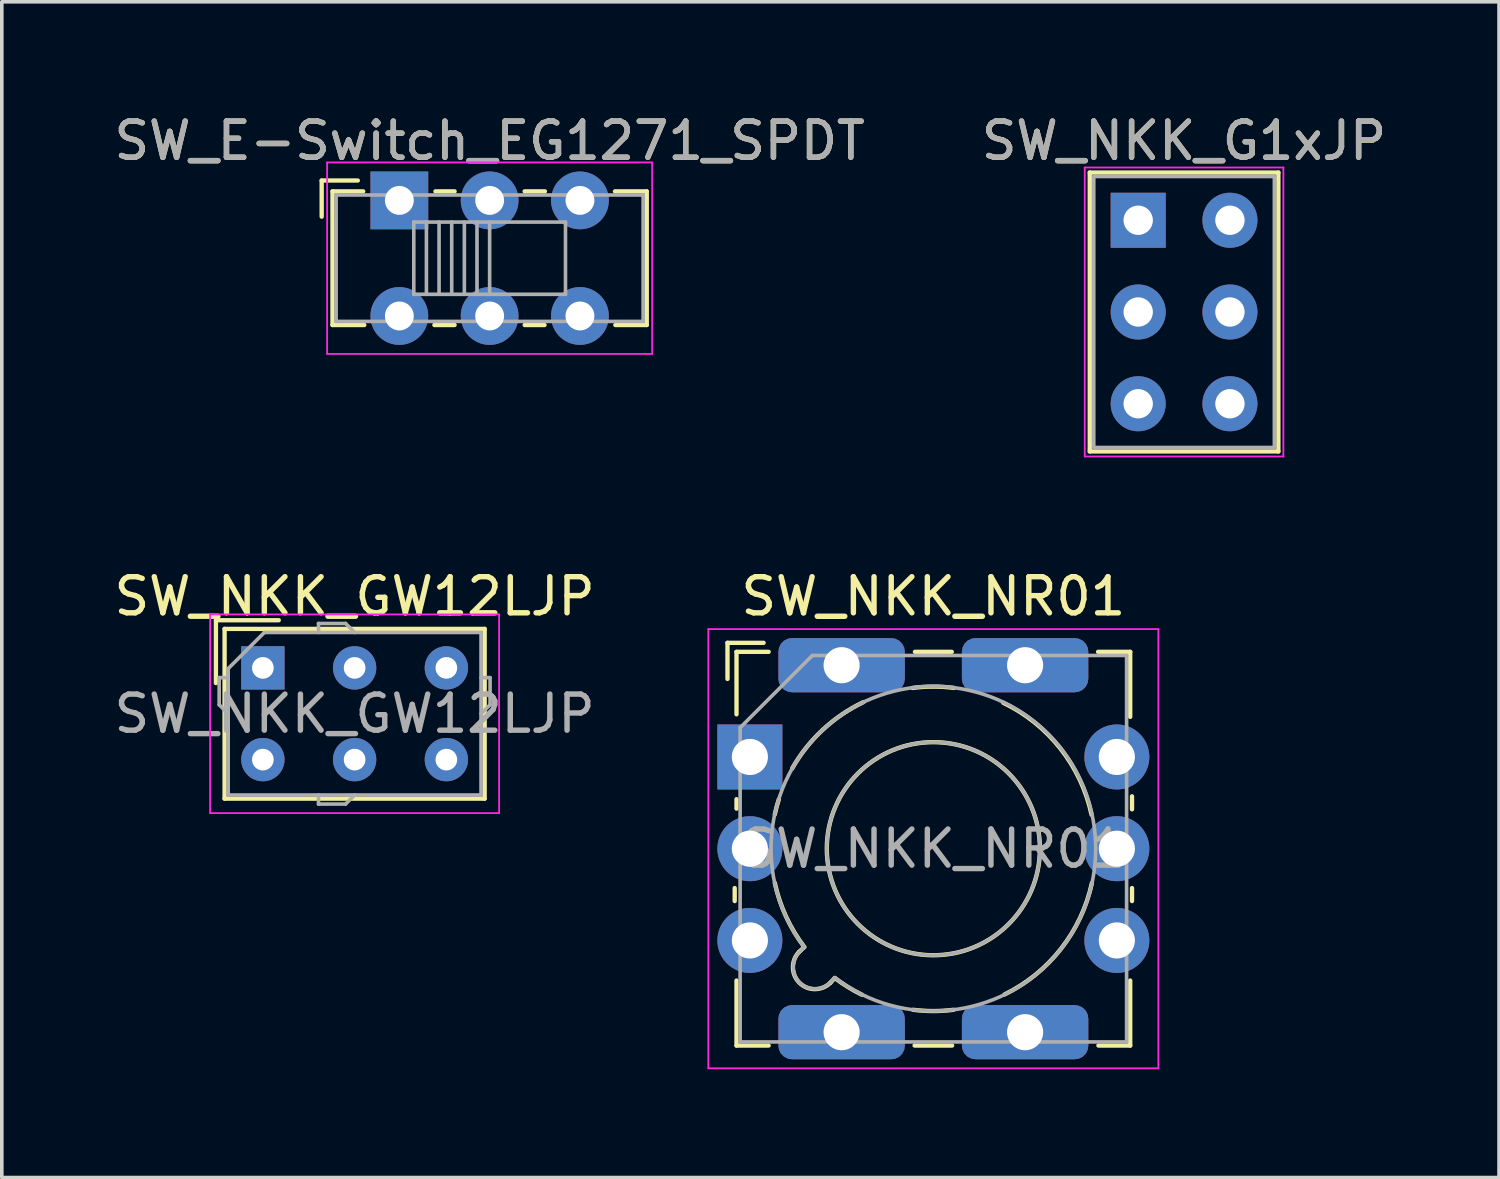
<source format=kicad_pcb>
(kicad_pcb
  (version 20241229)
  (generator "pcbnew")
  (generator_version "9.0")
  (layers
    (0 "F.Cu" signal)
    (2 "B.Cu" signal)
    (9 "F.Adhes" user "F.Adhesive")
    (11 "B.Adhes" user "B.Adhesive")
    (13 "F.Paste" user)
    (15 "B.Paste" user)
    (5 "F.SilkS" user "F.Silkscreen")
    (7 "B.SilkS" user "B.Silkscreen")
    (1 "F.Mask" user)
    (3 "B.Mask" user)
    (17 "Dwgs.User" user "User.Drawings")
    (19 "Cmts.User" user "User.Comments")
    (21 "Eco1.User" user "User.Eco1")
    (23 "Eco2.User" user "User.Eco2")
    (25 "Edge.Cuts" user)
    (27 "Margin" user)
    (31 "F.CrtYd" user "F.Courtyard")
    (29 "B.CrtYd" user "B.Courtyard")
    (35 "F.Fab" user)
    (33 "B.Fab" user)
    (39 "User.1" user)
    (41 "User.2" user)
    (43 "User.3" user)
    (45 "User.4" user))
  (footprint "SW_E-Switch_EG1271_SPDT"
    (layer "F.Cu")
    (at 8.006 2.498)
    (property "Reference" "SW_E-Switch_EG1271_SPDT" (at 2.5 -1.65 0) (layer "F.SilkS") (effects (font (size 1 1) (thickness 0.15))))
    (attr through_hole)
    (fp_line (start -2.15 -0.55) (end -1.15 -0.55) (stroke (width 0.12) (type solid)) (layer "F.SilkS"))
    (fp_line (start -2.15 0.45) (end -2.15 -0.55) (stroke (width 0.12) (type solid)) (layer "F.SilkS"))
    (fp_line (start -1.85 -0.25) (end -1 -0.25) (stroke (width 0.12) (type solid)) (layer "F.SilkS"))
    (fp_line (start -1.85 3.45) (end -1.85 -0.25) (stroke (width 0.12) (type solid)) (layer "F.SilkS"))
    (fp_line (start -0.97 3.45) (end -1.85 3.45) (stroke (width 0.12) (type solid)) (layer "F.SilkS"))
    (fp_line (start 1 -0.25) (end 1.53 -0.25) (stroke (width 0.12) (type solid)) (layer "F.SilkS"))
    (fp_line (start 1.53 3.45) (end 0.97 3.45) (stroke (width 0.12) (type solid)) (layer "F.SilkS"))
    (fp_line (start 3.47 -0.25) (end 4.03 -0.25) (stroke (width 0.12) (type solid)) (layer "F.SilkS"))
    (fp_line (start 4.02 3.45) (end 3.47 3.45) (stroke (width 0.12) (type solid)) (layer "F.SilkS"))
    (fp_line (start 5.97 -0.25) (end 6.85 -0.25) (stroke (width 0.12) (type solid)) (layer "F.SilkS"))
    (fp_line (start 6.85 -0.25) (end 6.85 3.45) (stroke (width 0.12) (type solid)) (layer "F.SilkS"))
    (fp_line (start 6.85 3.45) (end 5.98 3.45) (stroke (width 0.12) (type solid)) (layer "F.SilkS"))
    (fp_line (start -2 -1.05) (end 7 -1.05) (stroke (width 0.05) (type solid)) (layer "F.CrtYd"))
    (fp_line (start -2 4.25) (end -2 -1.05) (stroke (width 0.05) (type solid)) (layer "F.CrtYd"))
    (fp_line (start 7 -1.05) (end 7 4.25) (stroke (width 0.05) (type solid)) (layer "F.CrtYd"))
    (fp_line (start 7 4.25) (end -2 4.25) (stroke (width 0.05) (type solid)) (layer "F.CrtYd"))
    (fp_line (start -1.75 -0.15) (end -1.75 3.35) (stroke (width 0.1) (type solid)) (layer "F.Fab"))
    (fp_line (start -1.75 -0.15) (end 6.75 -0.15) (stroke (width 0.1) (type solid)) (layer "F.Fab"))
    (fp_line (start 0.4 0.6) (end 0.4 2.6) (stroke (width 0.1) (type solid)) (layer "F.Fab"))
    (fp_line (start 0.4 0.6) (end 4.6 0.6) (stroke (width 0.1) (type solid)) (layer "F.Fab"))
    (fp_line (start 0.75 0.6) (end 0.75 2.6) (stroke (width 0.1) (type solid)) (layer "F.Fab"))
    (fp_line (start 1.1 0.6) (end 1.1 2.6) (stroke (width 0.1) (type solid)) (layer "F.Fab"))
    (fp_line (start 1.45 0.6) (end 1.45 2.6) (stroke (width 0.1) (type solid)) (layer "F.Fab"))
    (fp_line (start 1.8 0.6) (end 1.8 2.6) (stroke (width 0.1) (type solid)) (layer "F.Fab"))
    (fp_line (start 2.15 0.6) (end 2.15 2.6) (stroke (width 0.1) (type solid)) (layer "F.Fab"))
    (fp_line (start 2.5 0.6) (end 2.5 2.6) (stroke (width 0.1) (type solid)) (layer "F.Fab"))
    (fp_line (start 4.6 0.6) (end 4.6 2.6) (stroke (width 0.1) (type solid)) (layer "F.Fab"))
    (fp_line (start 4.6 2.6) (end 0.4 2.6) (stroke (width 0.1) (type solid)) (layer "F.Fab"))
    (fp_line (start 6.75 -0.15) (end 6.75 3.35) (stroke (width 0.1) (type solid)) (layer "F.Fab"))
    (fp_line (start 6.75 3.35) (end -1.75 3.35) (stroke (width 0.1) (type solid)) (layer "F.Fab"))
    (fp_text user "${REFERENCE}" (at 2.5 -1.65 0) (layer "F.Fab") (effects (font (size 1 1) (thickness 0.15))))
    (pad "1" thru_hole rect (at 0 0) (size 1.6 1.6) (drill 0.8) (layers "*.Cu" "*.Mask"))
    (pad "2" thru_hole circle (at 2.5 0) (size 1.6 1.6) (drill 0.8) (layers "*.Cu" "*.Mask"))
    (pad "3" thru_hole circle (at 5 0) (size 1.6 1.6) (drill 0.8) (layers "*.Cu" "*.Mask"))
    (pad "4" thru_hole circle (at 0 3.2) (size 1.6 1.6) (drill 0.8) (layers "*.Cu" "*.Mask"))
    (pad "5" thru_hole circle (at 2.5 3.2) (size 1.6 1.6) (drill 0.8) (layers "*.Cu" "*.Mask"))
    (pad "6" thru_hole circle (at 5 3.2) (size 1.6 1.6) (drill 0.8) (layers "*.Cu" "*.Mask")))
  (footprint "SW_NKK_GW12LJP"
    (layer "F.Cu")
    (at 4.228 15.441)
    (property "Reference" "SW_NKK_GW12LJP" (at 2.54 -1.98 0) (layer "F.SilkS") (effects (font (size 1 1) (thickness 0.15))))
    (attr through_hole)
    (fp_line (start -1.3 -1.32) (end 0.44 -1.32) (stroke (width 0.12) (type solid)) (layer "F.SilkS"))
    (fp_line (start -1.3 0.42) (end -1.3 -1.32) (stroke (width 0.12) (type solid)) (layer "F.SilkS"))
    (fp_line (start -1.06 -1.08) (end -1.06 3.62) (stroke (width 0.12) (type solid)) (layer "F.SilkS"))
    (fp_line (start -1.06 3.62) (end 6.14 3.62) (stroke (width 0.12) (type solid)) (layer "F.SilkS"))
    (fp_line (start 6.14 -1.08) (end -1.06 -1.08) (stroke (width 0.12) (type solid)) (layer "F.SilkS"))
    (fp_line (start 6.14 3.62) (end 6.14 -1.08) (stroke (width 0.12) (type solid)) (layer "F.SilkS"))
    (fp_line (start -1.46 -1.48) (end -1.46 4.02) (stroke (width 0.05) (type solid)) (layer "F.CrtYd"))
    (fp_line (start -1.46 4.02) (end 6.54 4.02) (stroke (width 0.05) (type solid)) (layer "F.CrtYd"))
    (fp_line (start 6.54 -1.48) (end -1.46 -1.48) (stroke (width 0.05) (type solid)) (layer "F.CrtYd"))
    (fp_line (start 6.54 4.02) (end 6.54 -1.48) (stroke (width 0.05) (type solid)) (layer "F.CrtYd"))
    (fp_line (start -1.21 0.27) (end -0.96 0.27) (stroke (width 0.1) (type solid)) (layer "F.Fab"))
    (fp_line (start -1.21 1.02) (end -1.21 0.27) (stroke (width 0.1) (type solid)) (layer "F.Fab"))
    (fp_line (start -0.96 0.02) (end 0.04 -0.98) (stroke (width 0.1) (type solid)) (layer "F.Fab"))
    (fp_line (start -0.96 1.27) (end -1.21 1.02) (stroke (width 0.1) (type solid)) (layer "F.Fab"))
    (fp_line (start -0.96 3.52) (end -0.96 0.02) (stroke (width 0.1) (type solid)) (layer "F.Fab"))
    (fp_line (start 0.04 -0.98) (end 6.04 -0.98) (stroke (width 0.1) (type solid)) (layer "F.Fab"))
    (fp_line (start 1.54 -1.23) (end 1.54 -0.98) (stroke (width 0.1) (type solid)) (layer "F.Fab"))
    (fp_line (start 1.54 3.77) (end 1.54 3.52) (stroke (width 0.1) (type solid)) (layer "F.Fab"))
    (fp_line (start 2.29 -1.23) (end 1.54 -1.23) (stroke (width 0.1) (type solid)) (layer "F.Fab"))
    (fp_line (start 2.29 3.77) (end 1.54 3.77) (stroke (width 0.1) (type solid)) (layer "F.Fab"))
    (fp_line (start 2.54 -0.98) (end 2.29 -1.23) (stroke (width 0.1) (type solid)) (layer "F.Fab"))
    (fp_line (start 2.54 3.52) (end 2.29 3.77) (stroke (width 0.1) (type solid)) (layer "F.Fab"))
    (fp_line (start 6.04 -0.98) (end 6.04 3.52) (stroke (width 0.1) (type solid)) (layer "F.Fab"))
    (fp_line (start 6.04 1.27) (end 6.29 1.02) (stroke (width 0.1) (type solid)) (layer "F.Fab"))
    (fp_line (start 6.04 3.52) (end -0.96 3.52) (stroke (width 0.1) (type solid)) (layer "F.Fab"))
    (fp_line (start 6.29 0.27) (end 6.04 0.27) (stroke (width 0.1) (type solid)) (layer "F.Fab"))
    (fp_line (start 6.29 1.02) (end 6.29 0.27) (stroke (width 0.1) (type solid)) (layer "F.Fab"))
    (fp_text user "${REFERENCE}" (at 2.54 1.27 0) (layer "F.Fab") (effects (font (size 1 1) (thickness 0.15))))
    (pad "1" thru_hole rect (at 0 0) (size 1.2 1.2) (drill 0.6) (layers "*.Cu" "*.Mask"))
    (pad "2" thru_hole circle (at 2.54 0) (size 1.2 1.2) (drill 0.6) (layers "*.Cu" "*.Mask"))
    (pad "3" thru_hole circle (at 5.08 0) (size 1.2 1.2) (drill 0.6) (layers "*.Cu" "*.Mask"))
    (pad "4" thru_hole circle (at 0 2.54) (size 1.2 1.2) (drill 0.6) (layers "*.Cu" "*.Mask"))
    (pad "5" thru_hole circle (at 2.54 2.54) (size 1.2 1.2) (drill 0.6) (layers "*.Cu" "*.Mask"))
    (pad "6" thru_hole circle (at 5.08 2.54) (size 1.2 1.2) (drill 0.6) (layers "*.Cu" "*.Mask")))
  (footprint "SW_NKK_G1xJP"
    (layer "F.Cu")
    (at 28.462 3.048)
    (property "Reference" "SW_NKK_G1xJP" (at 1.27 -2.2 0) (layer "F.SilkS") (effects (font (size 1 1) (thickness 0.15))))
    (attr through_hole)
    (fp_line (start -1.341 -1.321) (end 3.881 -1.321) (stroke (width 0.12) (type solid)) (layer "F.SilkS"))
    (fp_line (start -1.341 6.401) (end -1.341 -1.321) (stroke (width 0.12) (type solid)) (layer "F.SilkS"))
    (fp_line (start -1.341 6.401) (end 3.881 6.401) (stroke (width 0.12) (type solid)) (layer "F.SilkS"))
    (fp_line (start 3.881 -1.321) (end 3.881 6.401) (stroke (width 0.12) (type solid)) (layer "F.SilkS"))
    (fp_line (start -1.48 6.54) (end -1.48 -1.46) (stroke (width 0.05) (type solid)) (layer "F.CrtYd"))
    (fp_line (start -1.48 6.54) (end 4.02 6.54) (stroke (width 0.05) (type solid)) (layer "F.CrtYd"))
    (fp_line (start 4.02 -1.46) (end -1.48 -1.46) (stroke (width 0.05) (type solid)) (layer "F.CrtYd"))
    (fp_line (start 4.02 -1.46) (end 4.02 6.54) (stroke (width 0.05) (type solid)) (layer "F.CrtYd"))
    (fp_line (start -1.23 -1.21) (end 3.77 -1.21) (stroke (width 0.1) (type solid)) (layer "F.Fab"))
    (fp_line (start -1.23 6.29) (end -1.23 -1.21) (stroke (width 0.1) (type solid)) (layer "F.Fab"))
    (fp_line (start -1.23 6.29) (end 3.77 6.29) (stroke (width 0.1) (type solid)) (layer "F.Fab"))
    (fp_line (start 3.77 6.29) (end 3.77 -1.21) (stroke (width 0.1) (type solid)) (layer "F.Fab"))
    (fp_text user "${REFERENCE}" (at 1.27 -2.2 0) (layer "F.Fab") (effects (font (size 1 1) (thickness 0.15))))
    (pad "1" thru_hole rect (at 0 0) (size 1.524 1.524) (drill 0.813) (layers "*.Cu" "*.Mask"))
    (pad "2" thru_hole circle (at 0 2.54) (size 1.524 1.524) (drill 0.813) (layers "*.Cu" "*.Mask"))
    (pad "3" thru_hole circle (at 0 5.08) (size 1.524 1.524) (drill 0.813) (layers "*.Cu" "*.Mask"))
    (pad "4" thru_hole circle (at 2.54 5.08) (size 1.524 1.524) (drill 0.813) (layers "*.Cu" "*.Mask"))
    (pad "5" thru_hole circle (at 2.54 2.54) (size 1.524 1.524) (drill 0.813) (layers "*.Cu" "*.Mask"))
    (pad "6" thru_hole circle (at 2.54 0) (size 1.524 1.524) (drill 0.813) (layers "*.Cu" "*.Mask")))
  (footprint "SW_NKK_NR01"
    (layer "F.Cu")
    (at 17.711 17.907)
    (property "Reference" "SW_NKK_NR01" (at 5.08 -4.445 0) (layer "F.SilkS") (effects (font (size 1 1) (thickness 0.15))))
    (attr through_hole)
    (fp_line (start -0.62 -3.16) (end -0.62 -2.16) (stroke (width 0.12) (type default)) (layer "F.SilkS"))
    (fp_line (start -0.62 -3.16) (end 0.38 -3.16) (stroke (width 0.12) (type default)) (layer "F.SilkS"))
    (fp_line (start -0.42 3.63) (end -0.42 3.99) (stroke (width 0.12) (type default)) (layer "F.SilkS"))
    (fp_line (start -0.37 -2.91) (end 0.52 -2.91) (stroke (width 0.12) (type default)) (layer "F.SilkS"))
    (fp_line (start -0.37 -1.18) (end -0.37 -2.91) (stroke (width 0.12) (type default)) (layer "F.SilkS"))
    (fp_line (start -0.37 1.17) (end -0.37 1.43) (stroke (width 0.12) (type default)) (layer "F.SilkS"))
    (fp_line (start -0.37 7.99) (end -0.37 6.19) (stroke (width 0.12) (type default)) (layer "F.SilkS"))
    (fp_line (start 0.52 7.99) (end -0.37 7.99) (stroke (width 0.12) (type default)) (layer "F.SilkS"))
    (fp_line (start 1.37 5.39) (end 1.5 5.27) (stroke (width 0.12) (type default)) (layer "F.SilkS"))
    (fp_line (start 2.23 6.25) (end 2.35 6.12) (stroke (width 0.12) (type default)) (layer "F.SilkS"))
    (fp_line (start 4.56 7.99) (end 5.6 7.99) (stroke (width 0.12) (type default)) (layer "F.SilkS"))
    (fp_line (start 4.57 -2.91) (end 5.59 -2.91) (stroke (width 0.12) (type default)) (layer "F.SilkS"))
    (fp_line (start 9.64 -2.91) (end 10.53 -2.91) (stroke (width 0.12) (type default)) (layer "F.SilkS"))
    (fp_line (start 9.65 7.99) (end 10.53 7.99) (stroke (width 0.12) (type default)) (layer "F.SilkS"))
    (fp_line (start 10.53 -2.91) (end 10.53 -1.11) (stroke (width 0.12) (type default)) (layer "F.SilkS"))
    (fp_line (start 10.53 7.99) (end 10.53 6.19) (stroke (width 0.12) (type default)) (layer "F.SilkS"))
    (fp_line (start 10.58 1.09) (end 10.58 1.45) (stroke (width 0.12) (type default)) (layer "F.SilkS"))
    (fp_line (start 10.58 3.63) (end 10.58 3.99) (stroke (width 0.12) (type default)) (layer "F.SilkS"))
    (fp_arc (start 0.69 1.59) (mid 0.741029 1.378995) (end 0.802194 1.170702) (stroke (width 0.12) (type default)) (layer "F.SilkS"))
    (fp_arc (start 1.17 0.32) (mid 2.01489 -0.74962) (end 3.141468 -1.516919) (stroke (width 0.12) (type default)) (layer "F.SilkS"))
    (fp_arc (start 1.508995 5.263142) (mid 1.002351 4.421583) (end 0.690799 3.49) (stroke (width 0.12) (type default)) (layer "F.SilkS"))
    (fp_arc (start 2.229999 6.249999) (mid 1.370001 6.249999) (end 1.370001 5.390001) (stroke (width 0.12) (type default)) (layer "F.SilkS"))
    (fp_arc (start 3.103585 6.583585) (mid 2.715769 6.369779) (end 2.350841 6.118895) (stroke (width 0.12) (type default)) (layer "F.SilkS"))
    (fp_arc (start 4.5 -1.909999) (mid 5.074407 -1.947633) (end 5.648907 -1.911431) (stroke (width 0.12) (type default)) (layer "F.SilkS"))
    (fp_arc (start 5.64 7) (mid 5.08 7.03502) (end 4.52 7) (stroke (width 0.12) (type default)) (layer "F.SilkS"))
    (fp_arc (start 7.01527 -1.500125) (mid 8.597573 -0.233907) (end 9.459999 1.6) (stroke (width 0.12) (type default)) (layer "F.SilkS"))
    (fp_arc (start 9.4692 3.49) (mid 8.614855 5.309905) (end 7.052059 6.574669) (stroke (width 0.12) (type default)) (layer "F.SilkS"))
    (fp_circle (center 5.08 2.54) (end 8.03 2.54) (stroke (width 0.12) (type default)) (fill no) (layer "F.SilkS"))
    (fp_line (start -1.15 -3.54) (end 11.31 -3.54) (stroke (width 0.05) (type default)) (layer "F.CrtYd"))
    (fp_line (start -1.15 8.62) (end -1.15 -3.54) (stroke (width 0.05) (type default)) (layer "F.CrtYd"))
    (fp_line (start 11.31 -3.54) (end 11.31 8.62) (stroke (width 0.05) (type default)) (layer "F.CrtYd"))
    (fp_line (start 11.31 8.62) (end -1.15 8.62) (stroke (width 0.05) (type default)) (layer "F.CrtYd"))
    (fp_line (start -0.27 -0.81) (end 1.73 -2.81) (stroke (width 0.1) (type default)) (layer "F.Fab"))
    (fp_line (start -0.27 7.89) (end -0.27 -0.81) (stroke (width 0.1) (type default)) (layer "F.Fab"))
    (fp_line (start 1.506 5.266) (end 1.406 5.366) (stroke (width 0.1) (type default)) (layer "F.Fab"))
    (fp_line (start 1.73 -2.81) (end 10.43 -2.81) (stroke (width 0.1) (type default)) (layer "F.Fab"))
    (fp_line (start 2.254 6.214) (end 2.354 6.114) (stroke (width 0.1) (type default)) (layer "F.Fab"))
    (fp_line (start 10.43 -2.81) (end 10.43 7.89) (stroke (width 0.1) (type default)) (layer "F.Fab"))
    (fp_line (start 10.43 7.89) (end -0.27 7.89) (stroke (width 0.1) (type default)) (layer "F.Fab"))
    (fp_arc (start 1.506372 5.26582) (mid 8.258099 -0.638144) (end 2.354231 6.113667) (stroke (width 0.1) (type default)) (layer "F.Fab"))
    (fp_arc (start 2.25423 6.213668) (mid 1.375326 6.245384) (end 1.405574 5.366428) (stroke (width 0.1) (type default)) (layer "F.Fab"))
    (fp_circle (center 5.08 2.54) (end 8.03 2.54) (stroke (width 0.1) (type default)) (fill no) (layer "F.Fab"))
    (fp_text user "${REFERENCE}" (at 5.08 2.54 0) (layer "F.Fab") (effects (font (size 1 1) (thickness 0.15))))
    (pad "1" thru_hole rect (at 0 0) (size 1.8 1.8) (drill 1) (layers "*.Cu" "*.Mask"))
    (pad "2" thru_hole circle (at 10.16 0) (size 1.8 1.8) (drill 1) (layers "*.Cu" "*.Mask"))
    (pad "3" thru_hole circle (at 10.16 2.54) (size 1.8 1.8) (drill 1) (layers "*.Cu" "*.Mask"))
    (pad "4" thru_hole circle (at 10.16 5.08) (size 1.8 1.8) (drill 1) (layers "*.Cu" "*.Mask"))
    (pad "5" thru_hole circle (at 0 5.08) (size 1.8 1.8) (drill 1) (layers "*.Cu" "*.Mask"))
    (pad "C" thru_hole circle (at 0 2.54) (size 1.8 1.8) (drill 1) (layers "*.Cu" "*.Mask"))
    (pad "MP" thru_hole roundrect (at 2.54 -2.54) (size 3.5 1.5) (drill 1) (layers "*.Cu" "*.Mask") (roundrect_rratio 0.25))
    (pad "MP" thru_hole roundrect (at 2.54 7.62) (size 3.5 1.5) (drill 1) (layers "*.Cu" "*.Mask") (roundrect_rratio 0.25))
    (pad "MP" thru_hole roundrect (at 7.62 -2.54) (size 3.5 1.5) (drill 1) (layers "*.Cu" "*.Mask") (roundrect_rratio 0.25))
    (pad "MP" thru_hole roundrect (at 7.62 7.62) (size 3.5 1.5) (drill 1) (layers "*.Cu" "*.Mask") (roundrect_rratio 0.25)))
  (gr_rect
    (start -3 -3)
    (end 38.452 29.552)
    (stroke (width 0.1) (type default))
    (fill no)
    (layer "Edge.Cuts")))
</source>
